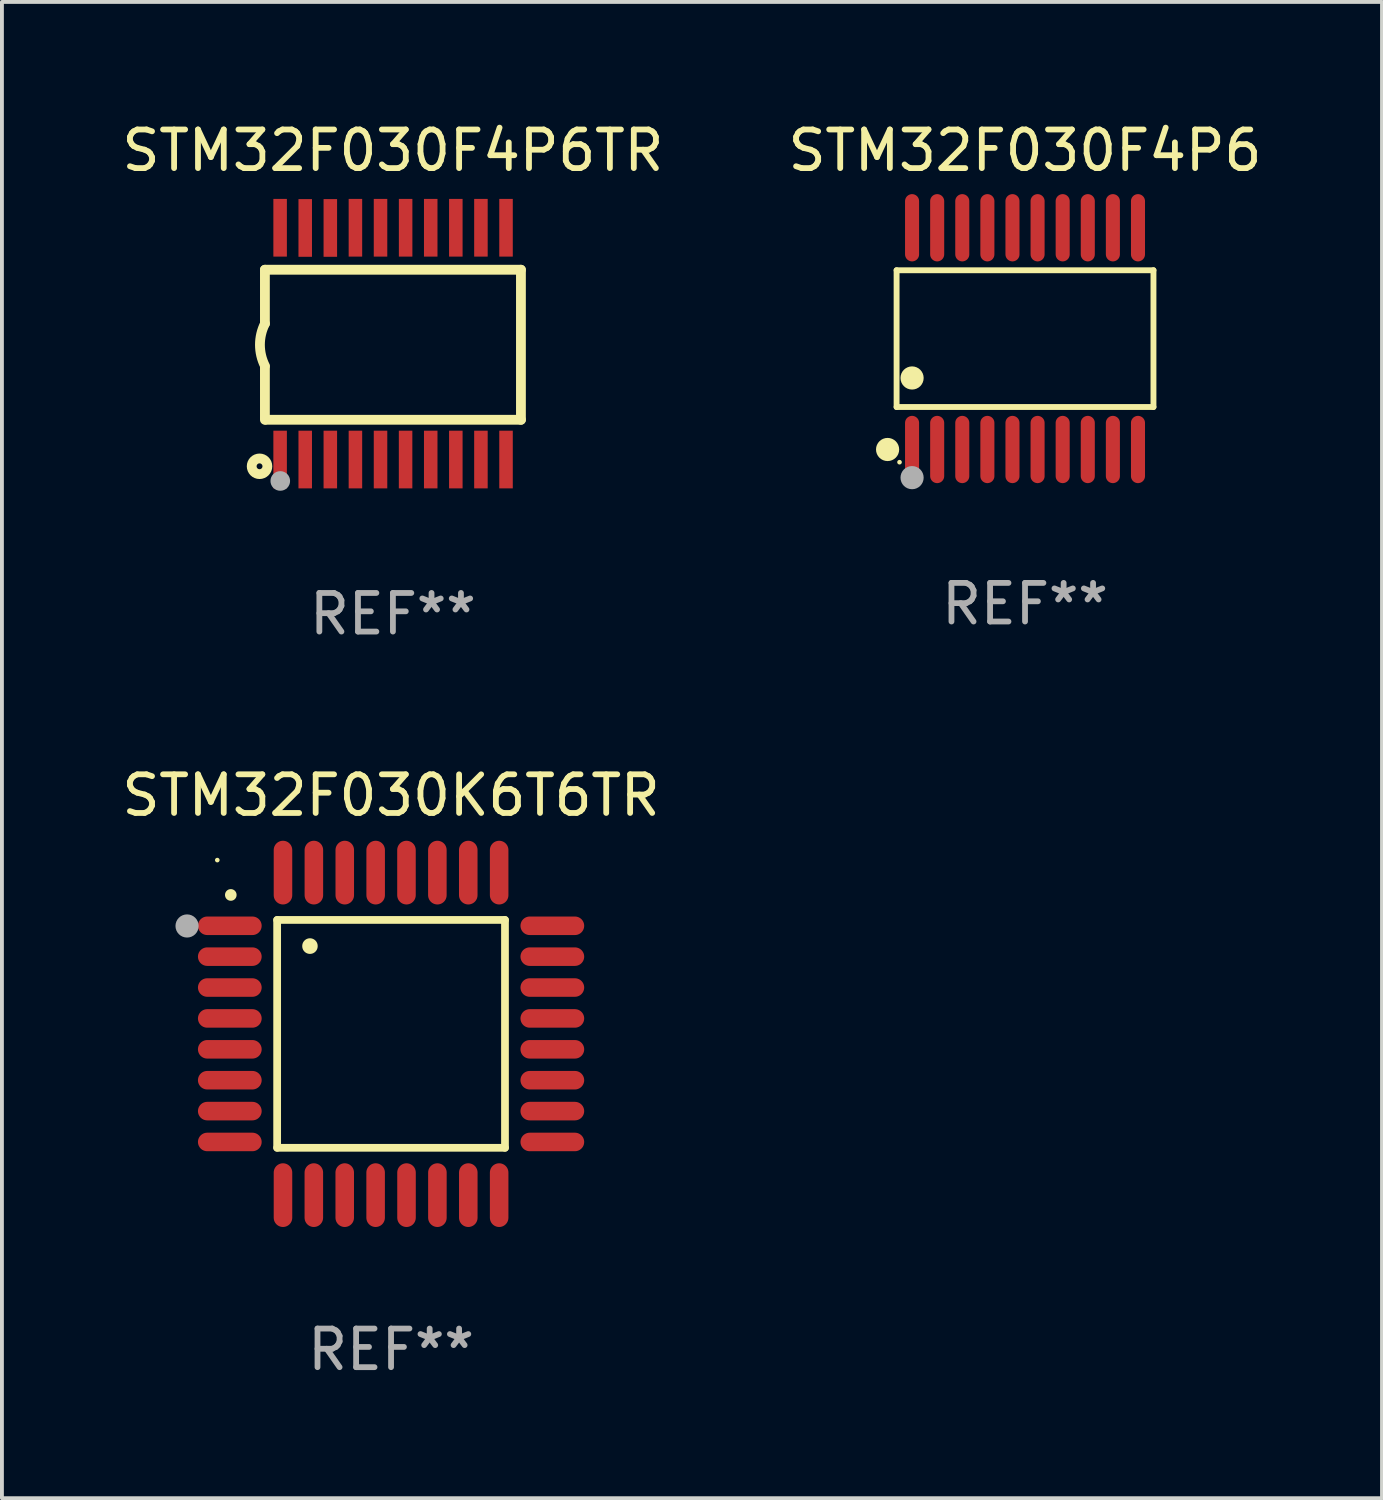
<source format=kicad_pcb>
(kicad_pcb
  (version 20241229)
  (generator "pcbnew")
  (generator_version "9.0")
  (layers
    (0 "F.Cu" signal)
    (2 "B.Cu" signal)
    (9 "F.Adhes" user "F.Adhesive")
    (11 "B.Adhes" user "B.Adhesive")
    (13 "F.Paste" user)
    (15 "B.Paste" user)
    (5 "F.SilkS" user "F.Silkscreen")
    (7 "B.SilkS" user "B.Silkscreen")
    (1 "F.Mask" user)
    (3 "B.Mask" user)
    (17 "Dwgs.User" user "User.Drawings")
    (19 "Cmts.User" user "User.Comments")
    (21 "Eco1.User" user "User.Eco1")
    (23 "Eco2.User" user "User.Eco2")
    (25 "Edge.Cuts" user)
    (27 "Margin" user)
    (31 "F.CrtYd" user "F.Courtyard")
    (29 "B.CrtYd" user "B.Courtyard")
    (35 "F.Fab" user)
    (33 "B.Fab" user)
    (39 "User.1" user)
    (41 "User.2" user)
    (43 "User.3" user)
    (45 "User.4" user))
  (footprint "STM32F030F4P6TR"
    (layer "F.Cu")
    (at 7.125 5.849)
    (property "Reference" "STM32F030F4P6TR" (at 0 -5.001 0) (layer "F.SilkS") (effects (font (size 1 1) (thickness 0.15))))
    (attr through_hole)
    (fp_line (start -3.315 -0.517) (end -3.315 -1.914) (stroke (width 0.254) (type solid)) (layer "F.SilkS"))
    (fp_line (start -3.315 1.972) (end -3.315 0.601) (stroke (width 0.254) (type solid)) (layer "F.SilkS"))
    (fp_line (start 3.315 -1.914) (end -3.315 -1.914) (stroke (width 0.254) (type solid)) (layer "F.SilkS"))
    (fp_line (start 3.315 1.972) (end -3.287 1.972) (stroke (width 0.254) (type solid)) (layer "F.SilkS"))
    (fp_line (start 3.315 1.972) (end 3.315 -1.914) (stroke (width 0.254) (type solid)) (layer "F.SilkS"))
    (fp_arc (start -3.314707 0.57521) (mid -3.443628 0.029096) (end -3.314707 -0.517018) (stroke (width 0.254001) (type solid)) (layer "F.SilkS"))
    (fp_circle (center -3.454 3.176) (end -3.378 3.176) (stroke (width 0.254) (type solid)) (fill no) (layer "F.SilkS"))
    (fp_circle (center -3.246 3.2) (end -3.216 3.2) (stroke (width 0.06) (type solid)) (fill no) (layer "F.SilkS"))
    (fp_circle (center -2.917 3.556) (end -2.79 3.556) (stroke (width 0.254) (type solid)) (fill no) (layer "F.Fab"))
    (fp_text user "REF**" (at 0 7.001 0) (layer "F.Fab") (effects (font (size 1 1) (thickness 0.15))))
    (pad "1" smd rect (at -2.921 3.001) (size 0.35 1.494) (layers "F.Cu" "F.Mask" "F.Paste"))
    (pad "2" smd rect (at -2.271 3.001) (size 0.35 1.494) (layers "F.Cu" "F.Mask" "F.Paste"))
    (pad "3" smd rect (at -1.621 3.001) (size 0.35 1.494) (layers "F.Cu" "F.Mask" "F.Paste"))
    (pad "4" smd rect (at -0.971 3.001) (size 0.35 1.494) (layers "F.Cu" "F.Mask" "F.Paste"))
    (pad "5" smd rect (at -0.321 3.001) (size 0.35 1.494) (layers "F.Cu" "F.Mask" "F.Paste"))
    (pad "6" smd rect (at 0.328 3.001) (size 0.35 1.494) (layers "F.Cu" "F.Mask" "F.Paste"))
    (pad "7" smd rect (at 0.979 3.001) (size 0.35 1.494) (layers "F.Cu" "F.Mask" "F.Paste"))
    (pad "8" smd rect (at 1.629 3.001) (size 0.35 1.494) (layers "F.Cu" "F.Mask" "F.Paste"))
    (pad "9" smd rect (at 2.279 3.001) (size 0.35 1.494) (layers "F.Cu" "F.Mask" "F.Paste"))
    (pad "10" smd rect (at 2.929 3.001) (size 0.35 1.494) (layers "F.Cu" "F.Mask" "F.Paste"))
    (pad "11" smd rect (at 2.929 -3.001) (size 0.35 1.494) (layers "F.Cu" "F.Mask" "F.Paste"))
    (pad "12" smd rect (at 2.279 -3.001) (size 0.35 1.494) (layers "F.Cu" "F.Mask" "F.Paste"))
    (pad "13" smd rect (at 1.629 -3.001) (size 0.35 1.494) (layers "F.Cu" "F.Mask" "F.Paste"))
    (pad "14" smd rect (at 0.979 -3.001) (size 0.35 1.494) (layers "F.Cu" "F.Mask" "F.Paste"))
    (pad "15" smd rect (at 0.329 -3.001) (size 0.35 1.494) (layers "F.Cu" "F.Mask" "F.Paste"))
    (pad "16" smd rect (at -0.321 -3.001) (size 0.35 1.494) (layers "F.Cu" "F.Mask" "F.Paste"))
    (pad "17" smd rect (at -0.971 -3.001) (size 0.35 1.494) (layers "F.Cu" "F.Mask" "F.Paste"))
    (pad "18" smd rect (at -1.621 -2.996) (size 0.35 1.494) (layers "F.Cu" "F.Mask" "F.Paste"))
    (pad "19" smd rect (at -2.271 -2.996) (size 0.35 1.494) (layers "F.Cu" "F.Mask" "F.Paste"))
    (pad "20" smd rect (at -2.921 -3.001) (size 0.35 1.494) (layers "F.Cu" "F.Mask" "F.Paste")))
  (footprint "STM32F030F4P6"
    (layer "F.Cu")
    (at 23.494 5.719)
    (property "Reference" "STM32F030F4P6" (at 0 -4.871 0) (layer "F.SilkS") (effects (font (size 1 1) (thickness 0.15))))
    (attr through_hole)
    (fp_line (start -3.326 -1.771) (end 3.326 -1.771) (stroke (width 0.152) (type solid)) (layer "F.SilkS"))
    (fp_line (start -3.326 1.771) (end -3.326 -1.771) (stroke (width 0.152) (type solid)) (layer "F.SilkS"))
    (fp_line (start 3.326 -1.771) (end 3.326 1.771) (stroke (width 0.152) (type solid)) (layer "F.SilkS"))
    (fp_line (start 3.326 1.771) (end -3.326 1.771) (stroke (width 0.152) (type solid)) (layer "F.SilkS"))
    (fp_circle (center -3.559 2.871) (end -3.409 2.871) (stroke (width 0.3) (type solid)) (fill no) (layer "F.SilkS"))
    (fp_circle (center -3.25 3.2) (end -3.22 3.2) (stroke (width 0.06) (type solid)) (fill no) (layer "F.SilkS"))
    (fp_circle (center -2.925 1.019) (end -2.775 1.019) (stroke (width 0.3) (type solid)) (fill no) (layer "F.SilkS"))
    (fp_circle (center -2.925 3.6) (end -2.775 3.6) (stroke (width 0.3) (type solid)) (fill no) (layer "F.Fab"))
    (fp_text user "REF**" (at 0 6.871 0) (layer "F.Fab") (effects (font (size 1 1) (thickness 0.15))))
    (pad "1" smd oval (at -2.925 2.871) (size 0.364 1.742) (layers "F.Cu" "F.Mask" "F.Paste"))
    (pad "2" smd oval (at -2.275 2.871) (size 0.364 1.742) (layers "F.Cu" "F.Mask" "F.Paste"))
    (pad "3" smd oval (at -1.625 2.871) (size 0.364 1.742) (layers "F.Cu" "F.Mask" "F.Paste"))
    (pad "4" smd oval (at -0.975 2.871) (size 0.364 1.742) (layers "F.Cu" "F.Mask" "F.Paste"))
    (pad "5" smd oval (at -0.325 2.871) (size 0.364 1.742) (layers "F.Cu" "F.Mask" "F.Paste"))
    (pad "6" smd oval (at 0.325 2.871) (size 0.364 1.742) (layers "F.Cu" "F.Mask" "F.Paste"))
    (pad "7" smd oval (at 0.975 2.871) (size 0.364 1.742) (layers "F.Cu" "F.Mask" "F.Paste"))
    (pad "8" smd oval (at 1.625 2.871) (size 0.364 1.742) (layers "F.Cu" "F.Mask" "F.Paste"))
    (pad "9" smd oval (at 2.275 2.871) (size 0.364 1.742) (layers "F.Cu" "F.Mask" "F.Paste"))
    (pad "10" smd oval (at 2.925 2.871) (size 0.364 1.742) (layers "F.Cu" "F.Mask" "F.Paste"))
    (pad "11" smd oval (at 2.925 -2.871) (size 0.364 1.742) (layers "F.Cu" "F.Mask" "F.Paste"))
    (pad "12" smd oval (at 2.275 -2.871) (size 0.364 1.742) (layers "F.Cu" "F.Mask" "F.Paste"))
    (pad "13" smd oval (at 1.625 -2.871) (size 0.364 1.742) (layers "F.Cu" "F.Mask" "F.Paste"))
    (pad "14" smd oval (at 0.975 -2.871) (size 0.364 1.742) (layers "F.Cu" "F.Mask" "F.Paste"))
    (pad "15" smd oval (at 0.325 -2.871) (size 0.364 1.742) (layers "F.Cu" "F.Mask" "F.Paste"))
    (pad "16" smd oval (at -0.325 -2.871) (size 0.364 1.742) (layers "F.Cu" "F.Mask" "F.Paste"))
    (pad "17" smd oval (at -0.975 -2.871) (size 0.364 1.742) (layers "F.Cu" "F.Mask" "F.Paste"))
    (pad "18" smd oval (at -1.625 -2.871) (size 0.364 1.742) (layers "F.Cu" "F.Mask" "F.Paste"))
    (pad "19" smd oval (at -2.275 -2.871) (size 0.364 1.742) (layers "F.Cu" "F.Mask" "F.Paste"))
    (pad "20" smd oval (at -2.925 -2.871) (size 0.364 1.742) (layers "F.Cu" "F.Mask" "F.Paste")))
  (footprint "STM32F030K6T6TR"
    (layer "F.Cu")
    (at 7.077 23.723)
    (property "Reference" "STM32F030K6T6TR" (at 0 -6.176 0) (layer "F.SilkS") (effects (font (size 1 1) (thickness 0.15))))
    (attr through_hole)
    (fp_line (start -2.95 -2.95) (end -2.95 2.95) (stroke (width 0.2) (type solid)) (layer "F.SilkS"))
    (fp_line (start -2.95 2.95) (end 2.95 2.95) (stroke (width 0.2) (type solid)) (layer "F.SilkS"))
    (fp_line (start 2.95 -2.95) (end -2.95 -2.95) (stroke (width 0.2) (type solid)) (layer "F.SilkS"))
    (fp_line (start 2.95 2.95) (end 2.95 -2.95) (stroke (width 0.2) (type solid)) (layer "F.SilkS"))
    (fp_arc (start -4.150178 -3.596622) (mid -4.150183 -3.597892) (end -4.150178 -3.599162) (stroke (width 0.3) (type solid)) (layer "F.SilkS"))
    (fp_arc (start -2.100394 -2.270739) (mid -2.10041 -2.273279) (end -2.100394 -2.275819) (stroke (width 0.4) (type solid)) (layer "F.SilkS"))
    (fp_circle (center -4.5 -4.5) (end -4.47 -4.5) (stroke (width 0.06) (type solid)) (fill no) (layer "F.SilkS"))
    (fp_circle (center -5.283 -2.794) (end -5.133 -2.794) (stroke (width 0.3) (type solid)) (fill no) (layer "F.Fab"))
    (fp_text user "REF**" (at 0 8.176 0) (layer "F.Fab") (effects (font (size 1 1) (thickness 0.15))))
    (pad "1" smd oval (at -4.176 -2.799 90) (size 0.48 1.65) (layers "F.Cu" "F.Mask" "F.Paste"))
    (pad "2" smd oval (at -4.176 -2 90) (size 0.48 1.65) (layers "F.Cu" "F.Mask" "F.Paste"))
    (pad "3" smd oval (at -4.176 -1.2 90) (size 0.48 1.65) (layers "F.Cu" "F.Mask" "F.Paste"))
    (pad "4" smd oval (at -4.176 -0.4 90) (size 0.48 1.65) (layers "F.Cu" "F.Mask" "F.Paste"))
    (pad "5" smd oval (at -4.176 0.4 90) (size 0.48 1.65) (layers "F.Cu" "F.Mask" "F.Paste"))
    (pad "6" smd oval (at -4.176 1.2 90) (size 0.48 1.65) (layers "F.Cu" "F.Mask" "F.Paste"))
    (pad "7" smd oval (at -4.176 2 90) (size 0.48 1.65) (layers "F.Cu" "F.Mask" "F.Paste"))
    (pad "8" smd oval (at -4.176 2.799 90) (size 0.48 1.65) (layers "F.Cu" "F.Mask" "F.Paste"))
    (pad "9" smd oval (at -2.799 4.176) (size 0.48 1.65) (layers "F.Cu" "F.Mask" "F.Paste"))
    (pad "10" smd oval (at -2 4.176) (size 0.48 1.65) (layers "F.Cu" "F.Mask" "F.Paste"))
    (pad "11" smd oval (at -1.2 4.176) (size 0.48 1.65) (layers "F.Cu" "F.Mask" "F.Paste"))
    (pad "12" smd oval (at -0.4 4.176) (size 0.48 1.65) (layers "F.Cu" "F.Mask" "F.Paste"))
    (pad "13" smd oval (at 0.4 4.176) (size 0.48 1.65) (layers "F.Cu" "F.Mask" "F.Paste"))
    (pad "14" smd oval (at 1.2 4.176) (size 0.48 1.65) (layers "F.Cu" "F.Mask" "F.Paste"))
    (pad "15" smd oval (at 2 4.176) (size 0.48 1.65) (layers "F.Cu" "F.Mask" "F.Paste"))
    (pad "16" smd oval (at 2.799 4.176) (size 0.48 1.65) (layers "F.Cu" "F.Mask" "F.Paste"))
    (pad "17" smd oval (at 4.176 2.799 90) (size 0.48 1.65) (layers "F.Cu" "F.Mask" "F.Paste"))
    (pad "18" smd oval (at 4.176 2 90) (size 0.48 1.65) (layers "F.Cu" "F.Mask" "F.Paste"))
    (pad "19" smd oval (at 4.176 1.2 90) (size 0.48 1.65) (layers "F.Cu" "F.Mask" "F.Paste"))
    (pad "20" smd oval (at 4.176 0.4 90) (size 0.48 1.65) (layers "F.Cu" "F.Mask" "F.Paste"))
    (pad "21" smd oval (at 4.176 -0.4 90) (size 0.48 1.65) (layers "F.Cu" "F.Mask" "F.Paste"))
    (pad "22" smd oval (at 4.176 -1.2 90) (size 0.48 1.65) (layers "F.Cu" "F.Mask" "F.Paste"))
    (pad "23" smd oval (at 4.176 -2 90) (size 0.48 1.65) (layers "F.Cu" "F.Mask" "F.Paste"))
    (pad "24" smd oval (at 4.176 -2.799 90) (size 0.48 1.65) (layers "F.Cu" "F.Mask" "F.Paste"))
    (pad "25" smd oval (at 2.799 -4.176) (size 0.48 1.65) (layers "F.Cu" "F.Mask" "F.Paste"))
    (pad "26" smd oval (at 1.999 -4.176) (size 0.48 1.65) (layers "F.Cu" "F.Mask" "F.Paste"))
    (pad "27" smd oval (at 1.199 -4.176) (size 0.48 1.65) (layers "F.Cu" "F.Mask" "F.Paste"))
    (pad "28" smd oval (at 0.399 -4.176) (size 0.48 1.65) (layers "F.Cu" "F.Mask" "F.Paste"))
    (pad "29" smd oval (at -0.399 -4.176) (size 0.48 1.65) (layers "F.Cu" "F.Mask" "F.Paste"))
    (pad "30" smd oval (at -1.199 -4.176) (size 0.48 1.65) (layers "F.Cu" "F.Mask" "F.Paste"))
    (pad "31" smd oval (at -1.999 -4.176) (size 0.48 1.65) (layers "F.Cu" "F.Mask" "F.Paste"))
    (pad "32" smd oval (at -2.799 -4.176) (size 0.48 1.65) (layers "F.Cu" "F.Mask" "F.Paste")))
  (gr_rect
    (start -3 -3)
    (end 32.738 35.747)
    (stroke (width 0.1) (type default))
    (fill no)
    (layer "Edge.Cuts")))
</source>
